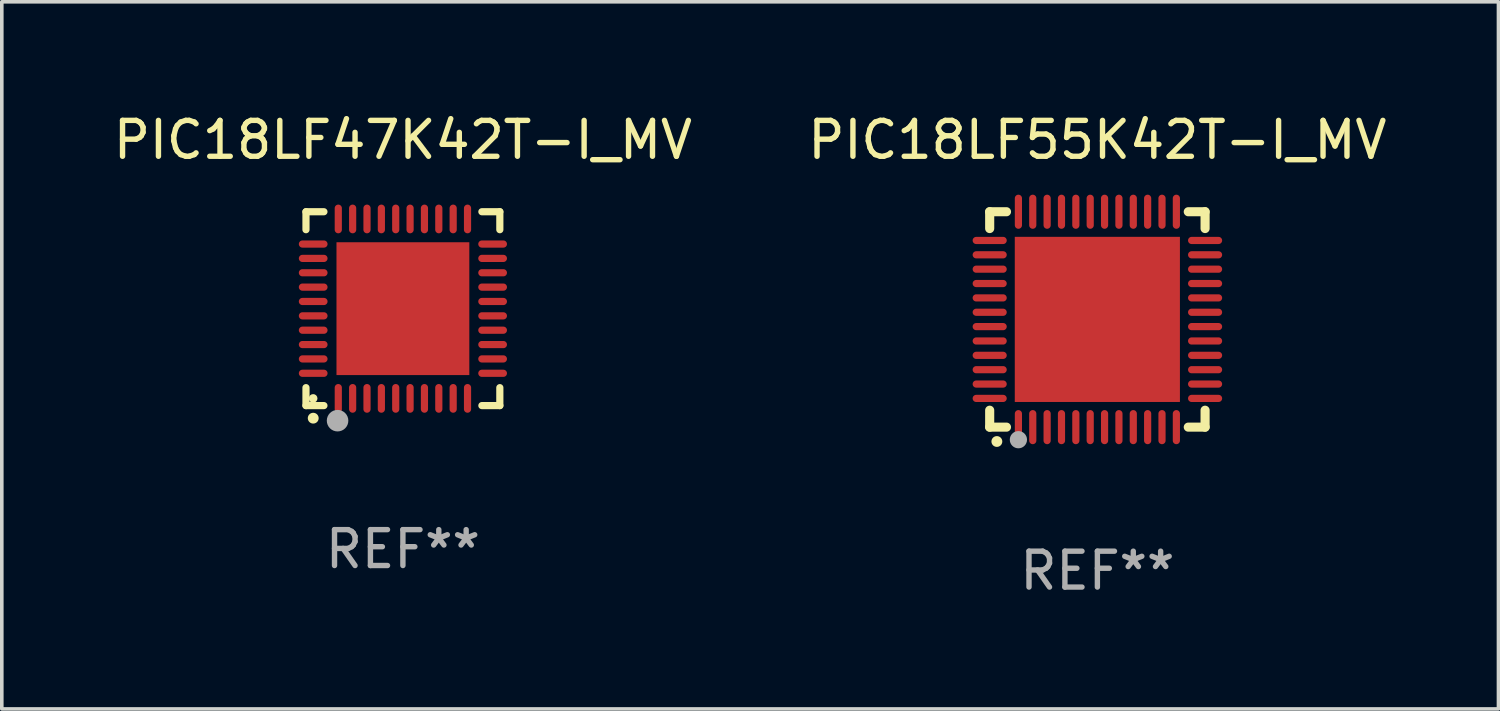
<source format=kicad_pcb>
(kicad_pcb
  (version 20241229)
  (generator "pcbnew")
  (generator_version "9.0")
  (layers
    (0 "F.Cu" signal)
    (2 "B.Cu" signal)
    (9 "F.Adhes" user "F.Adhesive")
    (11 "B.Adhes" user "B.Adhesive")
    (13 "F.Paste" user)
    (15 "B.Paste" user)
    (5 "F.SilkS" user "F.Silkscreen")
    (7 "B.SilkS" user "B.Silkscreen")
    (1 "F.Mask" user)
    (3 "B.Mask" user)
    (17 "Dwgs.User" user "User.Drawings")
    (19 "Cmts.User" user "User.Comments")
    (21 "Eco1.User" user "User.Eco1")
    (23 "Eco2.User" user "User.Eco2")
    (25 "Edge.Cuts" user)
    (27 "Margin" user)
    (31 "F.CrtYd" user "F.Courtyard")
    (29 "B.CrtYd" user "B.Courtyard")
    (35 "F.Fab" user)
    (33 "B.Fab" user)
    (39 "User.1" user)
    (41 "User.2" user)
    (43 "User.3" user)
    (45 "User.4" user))
  (footprint "PIC18LF47K42T-I_MV"
    (layer "F.Cu")
    (at 8.173 5.548)
    (property "Reference" "PIC18LF47K42T-I_MV" (at 0 -4.7 0) (layer "F.SilkS") (effects (font (size 1 1) (thickness 0.15))))
    (attr through_hole)
    (fp_line (start -2.7 -2.7) (end -2.7 -2.2) (stroke (width 0.2) (type solid)) (layer "F.SilkS"))
    (fp_line (start -2.7 2.7) (end -2.7 2.2) (stroke (width 0.2) (type solid)) (layer "F.SilkS"))
    (fp_line (start -2.2 -2.7) (end -2.7 -2.7) (stroke (width 0.2) (type solid)) (layer "F.SilkS"))
    (fp_line (start -2.2 2.7) (end -2.7 2.7) (stroke (width 0.2) (type solid)) (layer "F.SilkS"))
    (fp_line (start 2.7 -2.7) (end 2.2 -2.7) (stroke (width 0.2) (type solid)) (layer "F.SilkS"))
    (fp_line (start 2.7 -2.2) (end 2.7 -2.7) (stroke (width 0.2) (type solid)) (layer "F.SilkS"))
    (fp_line (start 2.7 2.2) (end 2.7 2.7) (stroke (width 0.2) (type solid)) (layer "F.SilkS"))
    (fp_line (start 2.7 2.7) (end 2.2 2.7) (stroke (width 0.2) (type solid)) (layer "F.SilkS"))
    (fp_arc (start -2.499365 3.050546) (mid -2.498095 3.050541) (end -2.496825 3.050546) (stroke (width 0.3) (type solid)) (layer "F.SilkS"))
    (fp_circle (center -2.5 2.5) (end -2.44 2.5) (stroke (width 0.12) (type solid)) (fill no) (layer "F.SilkS"))
    (fp_circle (center -1.82 3.12) (end -1.67 3.12) (stroke (width 0.3) (type solid)) (fill no) (layer "F.Fab"))
    (fp_text user "REF**" (at 0 6.7 0) (layer "F.Fab") (effects (font (size 1 1) (thickness 0.15))))
    (pad "1" smd oval (at -1.8 2.499) (size 0.2 0.8) (layers "F.Cu" "F.Mask" "F.Paste"))
    (pad "2" smd oval (at -1.4 2.499) (size 0.2 0.8) (layers "F.Cu" "F.Mask" "F.Paste"))
    (pad "3" smd oval (at -1 2.499) (size 0.2 0.8) (layers "F.Cu" "F.Mask" "F.Paste"))
    (pad "4" smd oval (at -0.6 2.499) (size 0.2 0.8) (layers "F.Cu" "F.Mask" "F.Paste"))
    (pad "5" smd oval (at -0.2 2.499) (size 0.2 0.8) (layers "F.Cu" "F.Mask" "F.Paste"))
    (pad "6" smd oval (at 0.2 2.499) (size 0.2 0.8) (layers "F.Cu" "F.Mask" "F.Paste"))
    (pad "7" smd oval (at 0.6 2.499) (size 0.2 0.8) (layers "F.Cu" "F.Mask" "F.Paste"))
    (pad "8" smd oval (at 1 2.499) (size 0.2 0.8) (layers "F.Cu" "F.Mask" "F.Paste"))
    (pad "9" smd oval (at 1.4 2.499) (size 0.2 0.8) (layers "F.Cu" "F.Mask" "F.Paste"))
    (pad "10" smd oval (at 1.8 2.499) (size 0.2 0.8) (layers "F.Cu" "F.Mask" "F.Paste"))
    (pad "11" smd oval (at 2.499 1.8) (size 0.8 0.2) (layers "F.Cu" "F.Mask" "F.Paste"))
    (pad "12" smd oval (at 2.499 1.4) (size 0.8 0.2) (layers "F.Cu" "F.Mask" "F.Paste"))
    (pad "13" smd oval (at 2.499 1) (size 0.8 0.2) (layers "F.Cu" "F.Mask" "F.Paste"))
    (pad "14" smd oval (at 2.499 0.6) (size 0.8 0.2) (layers "F.Cu" "F.Mask" "F.Paste"))
    (pad "15" smd oval (at 2.499 0.2) (size 0.8 0.2) (layers "F.Cu" "F.Mask" "F.Paste"))
    (pad "16" smd oval (at 2.499 -0.2) (size 0.8 0.2) (layers "F.Cu" "F.Mask" "F.Paste"))
    (pad "17" smd oval (at 2.499 -0.6) (size 0.8 0.2) (layers "F.Cu" "F.Mask" "F.Paste"))
    (pad "18" smd oval (at 2.499 -1) (size 0.8 0.2) (layers "F.Cu" "F.Mask" "F.Paste"))
    (pad "19" smd oval (at 2.499 -1.4) (size 0.8 0.2) (layers "F.Cu" "F.Mask" "F.Paste"))
    (pad "20" smd oval (at 2.499 -1.8) (size 0.8 0.2) (layers "F.Cu" "F.Mask" "F.Paste"))
    (pad "21" smd oval (at 1.8 -2.499) (size 0.2 0.8) (layers "F.Cu" "F.Mask" "F.Paste"))
    (pad "22" smd oval (at 1.4 -2.499) (size 0.2 0.8) (layers "F.Cu" "F.Mask" "F.Paste"))
    (pad "23" smd oval (at 1 -2.499) (size 0.2 0.8) (layers "F.Cu" "F.Mask" "F.Paste"))
    (pad "24" smd oval (at 0.6 -2.499) (size 0.2 0.8) (layers "F.Cu" "F.Mask" "F.Paste"))
    (pad "25" smd oval (at 0.2 -2.499) (size 0.2 0.8) (layers "F.Cu" "F.Mask" "F.Paste"))
    (pad "26" smd oval (at -0.2 -2.499) (size 0.2 0.8) (layers "F.Cu" "F.Mask" "F.Paste"))
    (pad "27" smd oval (at -0.6 -2.499) (size 0.2 0.8) (layers "F.Cu" "F.Mask" "F.Paste"))
    (pad "28" smd oval (at -1 -2.499) (size 0.2 0.8) (layers "F.Cu" "F.Mask" "F.Paste"))
    (pad "29" smd oval (at -1.4 -2.499) (size 0.2 0.8) (layers "F.Cu" "F.Mask" "F.Paste"))
    (pad "30" smd oval (at -1.8 -2.499) (size 0.2 0.8) (layers "F.Cu" "F.Mask" "F.Paste"))
    (pad "31" smd oval (at -2.499 -1.8) (size 0.8 0.2) (layers "F.Cu" "F.Mask" "F.Paste"))
    (pad "32" smd oval (at -2.499 -1.4) (size 0.8 0.2) (layers "F.Cu" "F.Mask" "F.Paste"))
    (pad "33" smd oval (at -2.499 -1) (size 0.8 0.2) (layers "F.Cu" "F.Mask" "F.Paste"))
    (pad "34" smd oval (at -2.499 -0.6) (size 0.8 0.2) (layers "F.Cu" "F.Mask" "F.Paste"))
    (pad "35" smd oval (at -2.499 -0.2) (size 0.8 0.2) (layers "F.Cu" "F.Mask" "F.Paste"))
    (pad "36" smd oval (at -2.499 0.2) (size 0.8 0.2) (layers "F.Cu" "F.Mask" "F.Paste"))
    (pad "37" smd oval (at -2.499 0.6) (size 0.8 0.2) (layers "F.Cu" "F.Mask" "F.Paste"))
    (pad "38" smd oval (at -2.499 1) (size 0.8 0.2) (layers "F.Cu" "F.Mask" "F.Paste"))
    (pad "39" smd oval (at -2.499 1.4) (size 0.8 0.2) (layers "F.Cu" "F.Mask" "F.Paste"))
    (pad "40" smd oval (at -2.499 1.8) (size 0.8 0.2) (layers "F.Cu" "F.Mask" "F.Paste"))
    (pad "41" smd rect (at 0 0) (size 3.7 3.7) (layers "F.Cu" "F.Mask" "F.Paste")))
  (footprint "PIC18LF55K42T-I_MV"
    (layer "F.Cu")
    (at 27.518 5.848)
    (property "Reference" "PIC18LF55K42T-I_MV" (at 0 -5 0) (layer "F.SilkS") (effects (font (size 1 1) (thickness 0.15))))
    (attr through_hole)
    (fp_line (start -3 -3) (end -2.532 -3) (stroke (width 0.254) (type solid)) (layer "F.SilkS"))
    (fp_line (start -3 -2.532) (end -3 -3) (stroke (width 0.254) (type solid)) (layer "F.SilkS"))
    (fp_line (start -3 3) (end -3 2.529) (stroke (width 0.254) (type solid)) (layer "F.SilkS"))
    (fp_line (start -2.532 3) (end -3 3) (stroke (width 0.254) (type solid)) (layer "F.SilkS"))
    (fp_line (start 2.532 -3) (end 3 -3) (stroke (width 0.254) (type solid)) (layer "F.SilkS"))
    (fp_line (start 3 -3) (end 3 -2.532) (stroke (width 0.254) (type solid)) (layer "F.SilkS"))
    (fp_line (start 3 2.529) (end 3 3) (stroke (width 0.254) (type solid)) (layer "F.SilkS"))
    (fp_line (start 3 3) (end 2.532 3) (stroke (width 0.254) (type solid)) (layer "F.SilkS"))
    (fp_arc (start -2.801295 3.400025) (mid -2.800025 3.40002) (end -2.798755 3.400025) (stroke (width 0.3) (type solid)) (layer "F.SilkS"))
    (fp_circle (center -3 3) (end -2.97 3) (stroke (width 0.06) (type solid)) (fill no) (layer "F.SilkS"))
    (fp_circle (center -2.2 3.35) (end -2.08 3.35) (stroke (width 0.24) (type solid)) (fill no) (layer "F.Fab"))
    (fp_text user "REF**" (at 0 7 0) (layer "F.Fab") (effects (font (size 1 1) (thickness 0.15))))
    (pad "1" smd oval (at -2.2 3) (size 0.2 0.95) (layers "F.Cu" "F.Mask" "F.Paste"))
    (pad "2" smd oval (at -1.8 3) (size 0.2 0.95) (layers "F.Cu" "F.Mask" "F.Paste"))
    (pad "3" smd oval (at -1.4 3) (size 0.2 0.95) (layers "F.Cu" "F.Mask" "F.Paste"))
    (pad "4" smd oval (at -1 3) (size 0.2 0.95) (layers "F.Cu" "F.Mask" "F.Paste"))
    (pad "5" smd oval (at -0.6 3) (size 0.2 0.95) (layers "F.Cu" "F.Mask" "F.Paste"))
    (pad "6" smd oval (at -0.2 3) (size 0.2 0.95) (layers "F.Cu" "F.Mask" "F.Paste"))
    (pad "7" smd oval (at 0.2 3) (size 0.2 0.95) (layers "F.Cu" "F.Mask" "F.Paste"))
    (pad "8" smd oval (at 0.6 3) (size 0.2 0.95) (layers "F.Cu" "F.Mask" "F.Paste"))
    (pad "9" smd oval (at 1 3) (size 0.2 0.95) (layers "F.Cu" "F.Mask" "F.Paste"))
    (pad "10" smd oval (at 1.4 3) (size 0.2 0.95) (layers "F.Cu" "F.Mask" "F.Paste"))
    (pad "11" smd oval (at 1.8 3) (size 0.2 0.95) (layers "F.Cu" "F.Mask" "F.Paste"))
    (pad "12" smd oval (at 2.2 3) (size 0.2 0.95) (layers "F.Cu" "F.Mask" "F.Paste"))
    (pad "13" smd oval (at 3 2.2 90) (size 0.2 0.95) (layers "F.Cu" "F.Mask" "F.Paste"))
    (pad "14" smd oval (at 3 1.8 90) (size 0.2 0.95) (layers "F.Cu" "F.Mask" "F.Paste"))
    (pad "15" smd oval (at 3 1.4 90) (size 0.2 0.95) (layers "F.Cu" "F.Mask" "F.Paste"))
    (pad "16" smd oval (at 3 1 90) (size 0.2 0.95) (layers "F.Cu" "F.Mask" "F.Paste"))
    (pad "17" smd oval (at 3 0.6 90) (size 0.2 0.95) (layers "F.Cu" "F.Mask" "F.Paste"))
    (pad "18" smd oval (at 3 0.2 90) (size 0.2 0.95) (layers "F.Cu" "F.Mask" "F.Paste"))
    (pad "19" smd oval (at 3 -0.2 90) (size 0.2 0.95) (layers "F.Cu" "F.Mask" "F.Paste"))
    (pad "20" smd oval (at 3 -0.6 90) (size 0.2 0.95) (layers "F.Cu" "F.Mask" "F.Paste"))
    (pad "21" smd oval (at 3 -1 90) (size 0.2 0.95) (layers "F.Cu" "F.Mask" "F.Paste"))
    (pad "22" smd oval (at 3 -1.4 90) (size 0.2 0.95) (layers "F.Cu" "F.Mask" "F.Paste"))
    (pad "23" smd oval (at 3 -1.8 90) (size 0.2 0.95) (layers "F.Cu" "F.Mask" "F.Paste"))
    (pad "24" smd oval (at 3 -2.2 90) (size 0.2 0.95) (layers "F.Cu" "F.Mask" "F.Paste"))
    (pad "25" smd oval (at 2.2 -3 180) (size 0.2 0.95) (layers "F.Cu" "F.Mask" "F.Paste"))
    (pad "26" smd oval (at 1.8 -3 180) (size 0.2 0.95) (layers "F.Cu" "F.Mask" "F.Paste"))
    (pad "27" smd oval (at 1.4 -3 180) (size 0.2 0.95) (layers "F.Cu" "F.Mask" "F.Paste"))
    (pad "28" smd oval (at 1 -3 180) (size 0.2 0.95) (layers "F.Cu" "F.Mask" "F.Paste"))
    (pad "29" smd oval (at 0.6 -3 180) (size 0.2 0.95) (layers "F.Cu" "F.Mask" "F.Paste"))
    (pad "30" smd oval (at 0.2 -3 180) (size 0.2 0.95) (layers "F.Cu" "F.Mask" "F.Paste"))
    (pad "31" smd oval (at -0.2 -3 180) (size 0.2 0.95) (layers "F.Cu" "F.Mask" "F.Paste"))
    (pad "32" smd oval (at -0.6 -3 180) (size 0.2 0.95) (layers "F.Cu" "F.Mask" "F.Paste"))
    (pad "33" smd oval (at -1 -3 180) (size 0.2 0.95) (layers "F.Cu" "F.Mask" "F.Paste"))
    (pad "34" smd oval (at -1.4 -3 180) (size 0.2 0.95) (layers "F.Cu" "F.Mask" "F.Paste"))
    (pad "35" smd oval (at -1.8 -3 180) (size 0.2 0.95) (layers "F.Cu" "F.Mask" "F.Paste"))
    (pad "36" smd oval (at -2.2 -3 180) (size 0.2 0.95) (layers "F.Cu" "F.Mask" "F.Paste"))
    (pad "37" smd oval (at -3 -2.2 270) (size 0.2 0.95) (layers "F.Cu" "F.Mask" "F.Paste"))
    (pad "38" smd oval (at -3 -1.8 270) (size 0.2 0.95) (layers "F.Cu" "F.Mask" "F.Paste"))
    (pad "39" smd oval (at -3 -1.4 270) (size 0.2 0.95) (layers "F.Cu" "F.Mask" "F.Paste"))
    (pad "40" smd oval (at -3 -1 270) (size 0.2 0.95) (layers "F.Cu" "F.Mask" "F.Paste"))
    (pad "41" smd oval (at -3 -0.6 270) (size 0.2 0.95) (layers "F.Cu" "F.Mask" "F.Paste"))
    (pad "42" smd oval (at -3 -0.2 270) (size 0.2 0.95) (layers "F.Cu" "F.Mask" "F.Paste"))
    (pad "43" smd oval (at -3 0.2 270) (size 0.2 0.95) (layers "F.Cu" "F.Mask" "F.Paste"))
    (pad "44" smd oval (at -3 0.6 270) (size 0.2 0.95) (layers "F.Cu" "F.Mask" "F.Paste"))
    (pad "45" smd oval (at -3 1 270) (size 0.2 0.95) (layers "F.Cu" "F.Mask" "F.Paste"))
    (pad "46" smd oval (at -3 1.4 270) (size 0.2 0.95) (layers "F.Cu" "F.Mask" "F.Paste"))
    (pad "47" smd oval (at -3 1.8 270) (size 0.2 0.95) (layers "F.Cu" "F.Mask" "F.Paste"))
    (pad "48" smd oval (at -3 2.2 270) (size 0.2 0.95) (layers "F.Cu" "F.Mask" "F.Paste"))
    (pad "49" smd rect (at -0.001 -0.001 180) (size 4.6 4.6) (layers "F.Cu" "F.Mask" "F.Paste")))
  (gr_rect
    (start -3 -3)
    (end 38.69 16.697)
    (stroke (width 0.1) (type default))
    (fill no)
    (layer "Edge.Cuts")))
</source>
